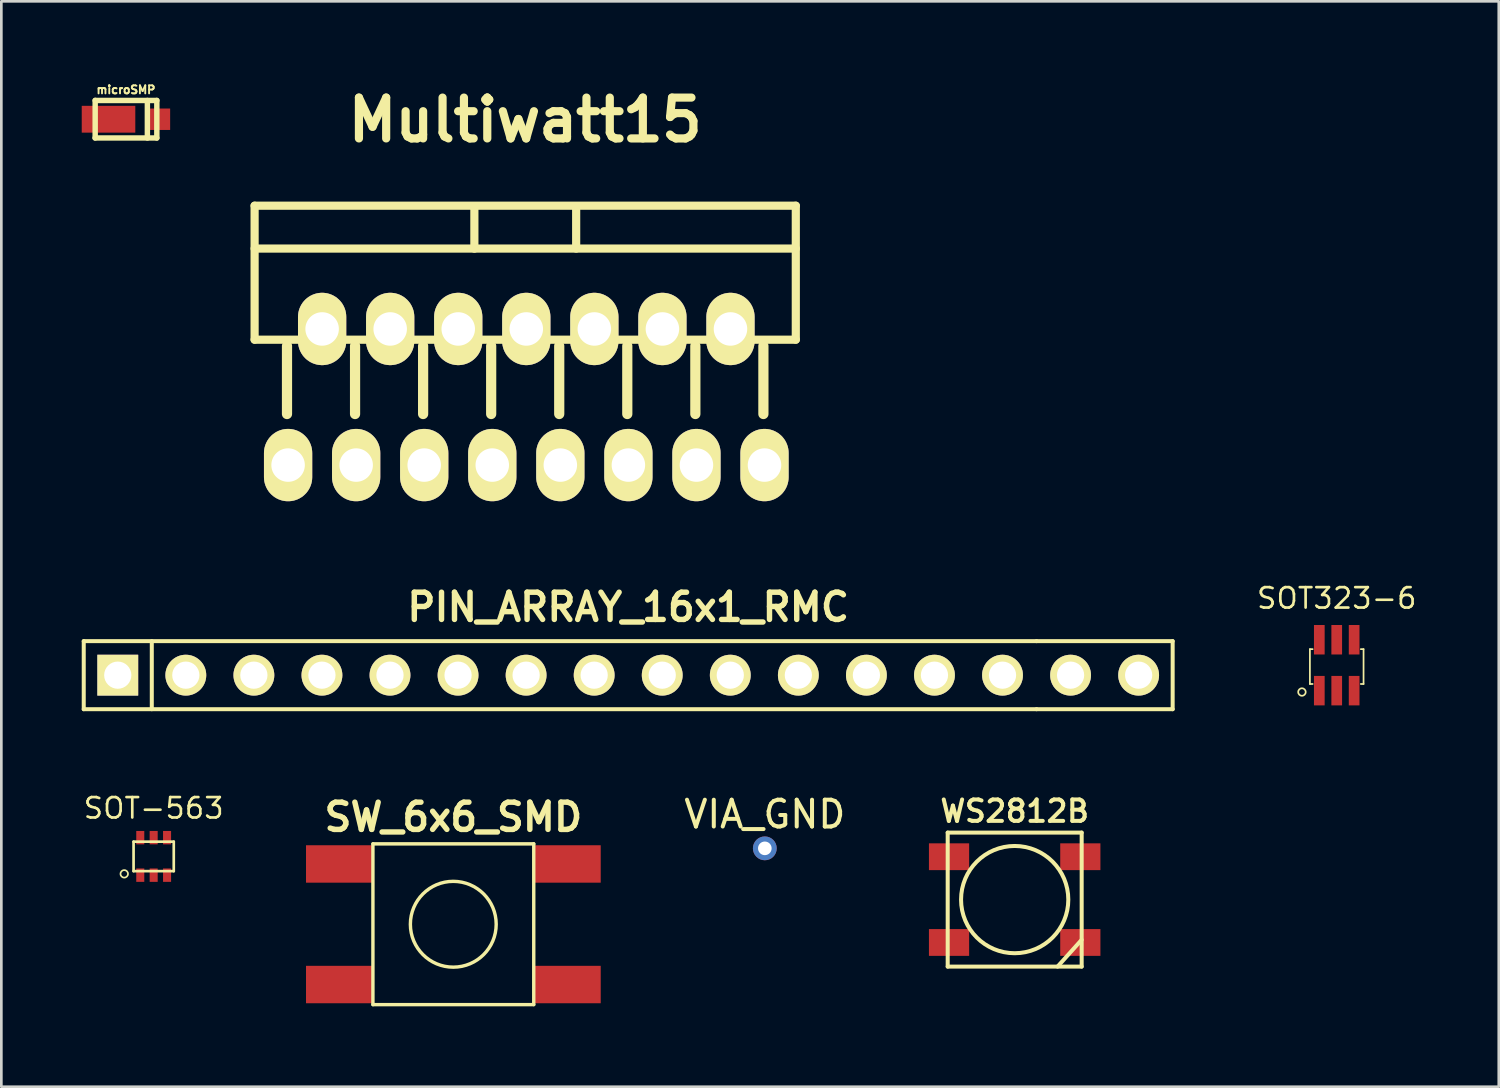
<source format=kicad_pcb>
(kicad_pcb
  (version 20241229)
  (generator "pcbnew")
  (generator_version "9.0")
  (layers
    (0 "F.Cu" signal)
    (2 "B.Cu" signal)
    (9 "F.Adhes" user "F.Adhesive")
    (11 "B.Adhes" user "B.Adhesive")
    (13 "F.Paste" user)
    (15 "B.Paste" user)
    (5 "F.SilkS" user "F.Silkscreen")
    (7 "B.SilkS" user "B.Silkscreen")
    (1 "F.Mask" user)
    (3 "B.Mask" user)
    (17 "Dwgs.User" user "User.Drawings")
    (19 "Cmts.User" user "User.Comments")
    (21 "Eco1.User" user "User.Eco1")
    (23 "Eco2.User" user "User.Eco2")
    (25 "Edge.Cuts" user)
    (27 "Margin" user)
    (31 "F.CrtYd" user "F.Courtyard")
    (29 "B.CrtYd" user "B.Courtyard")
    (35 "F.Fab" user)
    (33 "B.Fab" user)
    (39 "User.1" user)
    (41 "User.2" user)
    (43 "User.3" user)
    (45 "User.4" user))
  (footprint "PIN_ARRAY_16x1_RMC"
    (layer "F.Cu")
    (at 20.395 22.148)
    (property "Reference" "PIN_ARRAY_16x1_RMC" (at 0 -2.54 0) (layer "F.SilkS") (effects (font (size 1.016 1.016) (thickness 0.203))))
    (attr through_hole)
    (fp_line (start -20.32 -1.27) (end -20.32 1.27) (stroke (width 0.15) (type solid)) (layer "F.SilkS"))
    (fp_line (start -20.32 1.27) (end 15.24 1.27) (stroke (width 0.15) (type solid)) (layer "F.SilkS"))
    (fp_line (start -17.78 -1.27) (end -17.78 1.27) (stroke (width 0.15) (type solid)) (layer "F.SilkS"))
    (fp_line (start 15.24 -1.27) (end -20.32 -1.27) (stroke (width 0.15) (type solid)) (layer "F.SilkS"))
    (fp_line (start 15.24 -1.27) (end 20.32 -1.27) (stroke (width 0.15) (type solid)) (layer "F.SilkS"))
    (fp_line (start 20.32 -1.27) (end 20.32 1.27) (stroke (width 0.15) (type solid)) (layer "F.SilkS"))
    (fp_line (start 20.32 1.27) (end 15.24 1.27) (stroke (width 0.15) (type solid)) (layer "F.SilkS"))
    (pad "1" thru_hole rect (at -19.05 0) (size 1.524 1.524) (drill 1.016) (layers "*.Cu" "*.Mask" "F.SilkS"))
    (pad "2" thru_hole circle (at -16.51 0) (size 1.524 1.524) (drill 1.016) (layers "*.Cu" "*.Mask" "F.SilkS"))
    (pad "3" thru_hole circle (at -13.97 0) (size 1.524 1.524) (drill 1.016) (layers "*.Cu" "*.Mask" "F.SilkS"))
    (pad "4" thru_hole circle (at -11.43 0) (size 1.524 1.524) (drill 1.016) (layers "*.Cu" "*.Mask" "F.SilkS"))
    (pad "5" thru_hole circle (at -8.89 0) (size 1.524 1.524) (drill 1.016) (layers "*.Cu" "*.Mask" "F.SilkS"))
    (pad "6" thru_hole circle (at -6.35 0) (size 1.524 1.524) (drill 1.016) (layers "*.Cu" "*.Mask" "F.SilkS"))
    (pad "7" thru_hole circle (at -3.81 0) (size 1.524 1.524) (drill 1.016) (layers "*.Cu" "*.Mask" "F.SilkS"))
    (pad "8" thru_hole circle (at -1.27 0) (size 1.524 1.524) (drill 1.016) (layers "*.Cu" "*.Mask" "F.SilkS"))
    (pad "9" thru_hole circle (at 1.27 0) (size 1.524 1.524) (drill 1.016) (layers "*.Cu" "*.Mask" "F.SilkS"))
    (pad "10" thru_hole circle (at 3.81 0) (size 1.524 1.524) (drill 1.016) (layers "*.Cu" "*.Mask" "F.SilkS"))
    (pad "11" thru_hole circle (at 6.35 0) (size 1.524 1.524) (drill 1.016) (layers "*.Cu" "*.Mask" "F.SilkS"))
    (pad "12" thru_hole circle (at 8.89 0) (size 1.524 1.524) (drill 1.016) (layers "*.Cu" "*.Mask" "F.SilkS"))
    (pad "13" thru_hole circle (at 11.43 0) (size 1.524 1.524) (drill 1.016) (layers "*.Cu" "*.Mask" "F.SilkS"))
    (pad "14" thru_hole circle (at 13.97 0) (size 1.524 1.524) (drill 1.016) (layers "*.Cu" "*.Mask" "F.SilkS"))
    (pad "15" thru_hole circle (at 16.51 0) (size 1.524 1.524) (drill 1.016) (layers "*.Cu" "*.Mask" "F.SilkS"))
    (pad "16" thru_hole circle (at 19.05 0) (size 1.524 1.524) (drill 1.016) (layers "*.Cu" "*.Mask" "F.SilkS")))
  (footprint "microSMP"
    (layer "F.Cu")
    (at 1.65 1.4)
    (property "Reference" "microSMP" (at 0 -1.1 0) (layer "F.SilkS") (effects (font (size 0.3 0.3) (thickness 0.071))))
    (attr through_hole)
    (fp_line (start -1.151 0.699) (end 1.151 0.699) (stroke (width 0.203) (type solid)) (layer "F.SilkS"))
    (fp_line (start -1.148 -0.704) (end -1.148 0.699) (stroke (width 0.203) (type solid)) (layer "F.SilkS"))
    (fp_line (start 0.8 -0.701) (end 0.8 0.701) (stroke (width 0.203) (type solid)) (layer "F.SilkS"))
    (fp_line (start 1.153 -0.701) (end -1.148 -0.701) (stroke (width 0.203) (type solid)) (layer "F.SilkS"))
    (fp_line (start 1.153 0.701) (end 1.153 -0.701) (stroke (width 0.203) (type solid)) (layer "F.SilkS"))
    (pad "1" smd rect (at -0.65 0) (size 1.999 1.001) (layers "F.Cu" "F.Mask" "F.Paste"))
    (pad "2" smd rect (at 1.25 0) (size 0.8 0.8) (layers "F.Cu" "F.Mask" "F.Paste")))
  (footprint "WS2812B"
    (layer "F.Cu")
    (at 34.819 30.524)
    (property "Reference" "WS2812B" (at 0 -3.3 0) (layer "F.SilkS") (effects (font (size 0.8 0.8) (thickness 0.15))))
    (attr through_hole)
    (fp_line (start -2.5 -2.5) (end 2.5 -2.5) (stroke (width 0.15) (type solid)) (layer "F.SilkS"))
    (fp_line (start -2.5 2.5) (end -2.5 -2.5) (stroke (width 0.15) (type solid)) (layer "F.SilkS"))
    (fp_line (start 2.5 -2.5) (end 2.5 2.5) (stroke (width 0.15) (type solid)) (layer "F.SilkS"))
    (fp_line (start 2.5 1.5) (end 1.6 2.5) (stroke (width 0.15) (type solid)) (layer "F.SilkS"))
    (fp_line (start 2.5 2.5) (end -2.5 2.5) (stroke (width 0.15) (type solid)) (layer "F.SilkS"))
    (fp_circle (center 0 0) (end -1.999 0.099) (stroke (width 0.15) (type solid)) (fill no) (layer "F.SilkS"))
    (pad "1" smd rect (at -2.45 -1.6) (size 1.5 1) (layers "F.Cu" "F.Mask" "F.Paste"))
    (pad "2" smd rect (at -2.45 1.6) (size 1.5 1) (layers "F.Cu" "F.Mask" "F.Paste"))
    (pad "3" smd rect (at 2.45 1.6) (size 1.5 1) (layers "F.Cu" "F.Mask" "F.Paste"))
    (pad "4" smd rect (at 2.45 -1.6) (size 1.5 1) (layers "F.Cu" "F.Mask" "F.Paste")))
  (footprint "SW_6x6_SMD"
    (layer "F.Cu")
    (at 13.87 31.444)
    (property "Reference" "SW_6x6_SMD" (at 0 -4 0) (layer "F.SilkS") (effects (font (size 1.016 1.016) (thickness 0.203))))
    (attr through_hole)
    (fp_line (start -3.002 -3) (end -3.002 3) (stroke (width 0.127) (type solid)) (layer "F.SilkS"))
    (fp_line (start -3 3) (end 3 3) (stroke (width 0.127) (type solid)) (layer "F.SilkS"))
    (fp_line (start 3 -3) (end -3 -3) (stroke (width 0.127) (type solid)) (layer "F.SilkS"))
    (fp_line (start 3 2.997) (end 3 -3.002) (stroke (width 0.127) (type solid)) (layer "F.SilkS"))
    (fp_circle (center -0.003 0) (end 0.998 1.25) (stroke (width 0.127) (type solid)) (fill no) (layer "F.SilkS"))
    (pad "1" smd rect (at -4.25 -2.25) (size 2.499 1.397) (layers "F.Cu" "F.Mask" "F.Paste"))
    (pad "1" smd rect (at 4.25 -2.25) (size 2.499 1.397) (layers "F.Cu" "F.Mask" "F.Paste"))
    (pad "2" smd rect (at -4.25 2.25) (size 2.499 1.397) (layers "F.Cu" "F.Mask" "F.Paste"))
    (pad "2" smd rect (at 4.25 2.25) (size 2.499 1.397) (layers "F.Cu" "F.Mask" "F.Paste")))
  (footprint "VIA_GND"
    (layer "F.Cu")
    (at 25.494 28.611)
    (property "Reference" "VIA_GND" (at 0 -1.27 0) (layer "F.SilkS") (effects (font (size 1 1) (thickness 0.15))))
    (attr through_hole)
    (pad "GND" thru_hole circle (at 0 0) (size 0.889 0.889) (drill 0.508) (layers "*.Cu")))
  (footprint "SOT323-6"
    (layer "F.Cu")
    (at 46.838 21.776)
    (property "Reference" "SOT323-6" (at 0 -2.499 0) (layer "F.SilkS") (effects (font (size 0.762 0.762) (thickness 0.099))))
    (attr smd)
    (fp_line (start -1.001 -0.599) (end -1.001 0.701) (stroke (width 0.064) (type solid)) (layer "F.SilkS"))
    (fp_line (start -1.001 0.701) (end -0.899 0.701) (stroke (width 0.064) (type solid)) (layer "F.SilkS"))
    (fp_line (start -0.899 -0.599) (end -1.001 -0.599) (stroke (width 0.064) (type solid)) (layer "F.SilkS"))
    (fp_line (start 0.899 -0.599) (end 1.001 -0.599) (stroke (width 0.064) (type solid)) (layer "F.SilkS"))
    (fp_line (start 1.001 -0.599) (end 1.001 0.701) (stroke (width 0.064) (type solid)) (layer "F.SilkS"))
    (fp_line (start 1.001 0.701) (end 0.899 0.701) (stroke (width 0.064) (type solid)) (layer "F.SilkS"))
    (fp_circle (center -1.298 1.001) (end -1.199 1.1) (stroke (width 0.064) (type solid)) (fill no) (layer "F.SilkS"))
    (pad "1" smd rect (at -0.65 0.95) (size 0.399 1.1) (layers "F.Cu" "F.Mask" "F.Paste"))
    (pad "2" smd rect (at 0 0.95) (size 0.399 1.1) (layers "F.Cu" "F.Mask" "F.Paste"))
    (pad "3" smd rect (at 0.65 0.95) (size 0.399 1.1) (layers "F.Cu" "F.Mask" "F.Paste"))
    (pad "4" smd rect (at 0.65 -0.95) (size 0.399 1.1) (layers "F.Cu" "F.Mask" "F.Paste"))
    (pad "5" smd rect (at 0 -0.95) (size 0.399 1.1) (layers "F.Cu" "F.Mask" "F.Paste"))
    (pad "6" smd rect (at -0.65 -0.95) (size 0.399 1.1) (layers "F.Cu" "F.Mask" "F.Paste")))
  (footprint "SOT-563"
    (layer "F.Cu")
    (at 2.685 28.912)
    (property "Reference" "SOT-563" (at 0 -1.8 0) (layer "F.SilkS") (effects (font (size 0.762 0.762) (thickness 0.099))))
    (attr smd)
    (fp_line (start -0.75 -0.55) (end 0.75 -0.55) (stroke (width 0.1) (type solid)) (layer "F.SilkS"))
    (fp_line (start -0.75 0.55) (end -0.75 -0.55) (stroke (width 0.1) (type solid)) (layer "F.SilkS"))
    (fp_line (start 0.75 -0.55) (end 0.75 0.55) (stroke (width 0.1) (type solid)) (layer "F.SilkS"))
    (fp_line (start 0.75 0.55) (end -0.75 0.55) (stroke (width 0.1) (type solid)) (layer "F.SilkS"))
    (fp_circle (center -1.098 0.651) (end -0.999 0.75) (stroke (width 0.064) (type solid)) (fill no) (layer "F.SilkS"))
    (pad "1" smd rect (at -0.5 0.7) (size 0.3 0.5) (layers "F.Cu" "F.Mask" "F.Paste"))
    (pad "2" smd rect (at 0 0.7) (size 0.3 0.5) (layers "F.Cu" "F.Mask" "F.Paste"))
    (pad "3" smd rect (at 0.5 0.7) (size 0.3 0.5) (layers "F.Cu" "F.Mask" "F.Paste"))
    (pad "4" smd rect (at 0.5 -0.7) (size 0.3 0.5) (layers "F.Cu" "F.Mask" "F.Paste"))
    (pad "5" smd rect (at 0 -0.7) (size 0.3 0.5) (layers "F.Cu" "F.Mask" "F.Paste"))
    (pad "6" smd rect (at -0.5 -0.7) (size 0.3 0.5) (layers "F.Cu" "F.Mask" "F.Paste")))
  (footprint "Multiwatt15"
    (layer "F.Cu")
    (at 16.551 9.227)
    (property "Reference" "Multiwatt15" (at 0 -7.8 0) (layer "F.SilkS") (effects (font (size 1.524 1.524) (thickness 0.305))))
    (attr through_hole)
    (fp_line (start -10.099 -4.6) (end -10.099 0.399) (stroke (width 0.305) (type solid)) (layer "F.SilkS"))
    (fp_line (start -10.099 0.401) (end 10.099 0.401) (stroke (width 0.305) (type solid)) (layer "F.SilkS"))
    (fp_line (start -8.89 3.175) (end -8.89 0.635) (stroke (width 0.381) (type solid)) (layer "F.SilkS"))
    (fp_line (start -6.35 0.635) (end -6.35 3.175) (stroke (width 0.381) (type solid)) (layer "F.SilkS"))
    (fp_line (start -3.81 0.635) (end -3.81 3.175) (stroke (width 0.381) (type solid)) (layer "F.SilkS"))
    (fp_line (start -1.897 -2.997) (end -1.897 -4.498) (stroke (width 0.305) (type solid)) (layer "F.SilkS"))
    (fp_line (start -1.27 0.635) (end -1.27 3.175) (stroke (width 0.381) (type solid)) (layer "F.SilkS"))
    (fp_line (start 1.27 0.635) (end 1.27 3.175) (stroke (width 0.381) (type solid)) (layer "F.SilkS"))
    (fp_line (start 1.902 -4.501) (end 1.902 -3) (stroke (width 0.305) (type solid)) (layer "F.SilkS"))
    (fp_line (start 3.81 0.635) (end 3.81 3.175) (stroke (width 0.381) (type solid)) (layer "F.SilkS"))
    (fp_line (start 6.35 0.635) (end 6.35 3.175) (stroke (width 0.381) (type solid)) (layer "F.SilkS"))
    (fp_line (start 8.89 0.635) (end 8.89 3.175) (stroke (width 0.381) (type solid)) (layer "F.SilkS"))
    (fp_line (start 10.099 -4.6) (end -10.099 -4.6) (stroke (width 0.305) (type solid)) (layer "F.SilkS"))
    (fp_line (start 10.099 -4.6) (end 10.099 0.399) (stroke (width 0.305) (type solid)) (layer "F.SilkS"))
    (fp_line (start 10.099 -3) (end -10.099 -3) (stroke (width 0.305) (type solid)) (layer "F.SilkS"))
    (pad "1" thru_hole oval (at -8.849 5.08) (size 1.801 2.7) (drill 1.25) (layers "*.Cu" "*.Mask" "F.SilkS"))
    (pad "2" thru_hole oval (at -7.579 0) (size 1.801 2.7) (drill 1.25) (layers "*.Cu" "*.Mask" "F.SilkS"))
    (pad "3" thru_hole oval (at -6.309 5.08) (size 1.801 2.7) (drill 1.25) (layers "*.Cu" "*.Mask" "F.SilkS"))
    (pad "4" thru_hole oval (at -5.039 0) (size 1.801 2.7) (drill 1.25) (layers "*.Cu" "*.Mask" "F.SilkS"))
    (pad "5" thru_hole oval (at -3.769 5.08) (size 1.801 2.7) (drill 1.25) (layers "*.Cu" "*.Mask" "F.SilkS"))
    (pad "6" thru_hole oval (at -2.499 0) (size 1.801 2.7) (drill 1.25) (layers "*.Cu" "*.Mask" "F.SilkS"))
    (pad "7" thru_hole oval (at -1.229 5.08) (size 1.801 2.7) (drill 1.25) (layers "*.Cu" "*.Mask" "F.SilkS"))
    (pad "8" thru_hole oval (at 0.041 0) (size 1.801 2.7) (drill 1.25) (layers "*.Cu" "*.Mask" "F.SilkS"))
    (pad "9" thru_hole oval (at 1.311 5.08) (size 1.801 2.7) (drill 1.25) (layers "*.Cu" "*.Mask" "F.SilkS"))
    (pad "10" thru_hole oval (at 2.581 0) (size 1.801 2.7) (drill 1.25) (layers "*.Cu" "*.Mask" "F.SilkS"))
    (pad "11" thru_hole oval (at 3.851 5.08) (size 1.801 2.7) (drill 1.25) (layers "*.Cu" "*.Mask" "F.SilkS"))
    (pad "12" thru_hole oval (at 5.121 0) (size 1.801 2.7) (drill 1.25) (layers "*.Cu" "*.Mask" "F.SilkS"))
    (pad "13" thru_hole oval (at 6.391 5.08) (size 1.801 2.7) (drill 1.25) (layers "*.Cu" "*.Mask" "F.SilkS"))
    (pad "14" thru_hole oval (at 7.661 0) (size 1.801 2.7) (drill 1.25) (layers "*.Cu" "*.Mask" "F.SilkS"))
    (pad "15" thru_hole oval (at 8.931 5.08) (size 1.801 2.7) (drill 1.25) (layers "*.Cu" "*.Mask" "F.SilkS")))
  (gr_rect
    (start -3 -3)
    (end 52.886 37.508)
    (stroke (width 0.1) (type default))
    (fill no)
    (layer "Edge.Cuts")))
</source>
